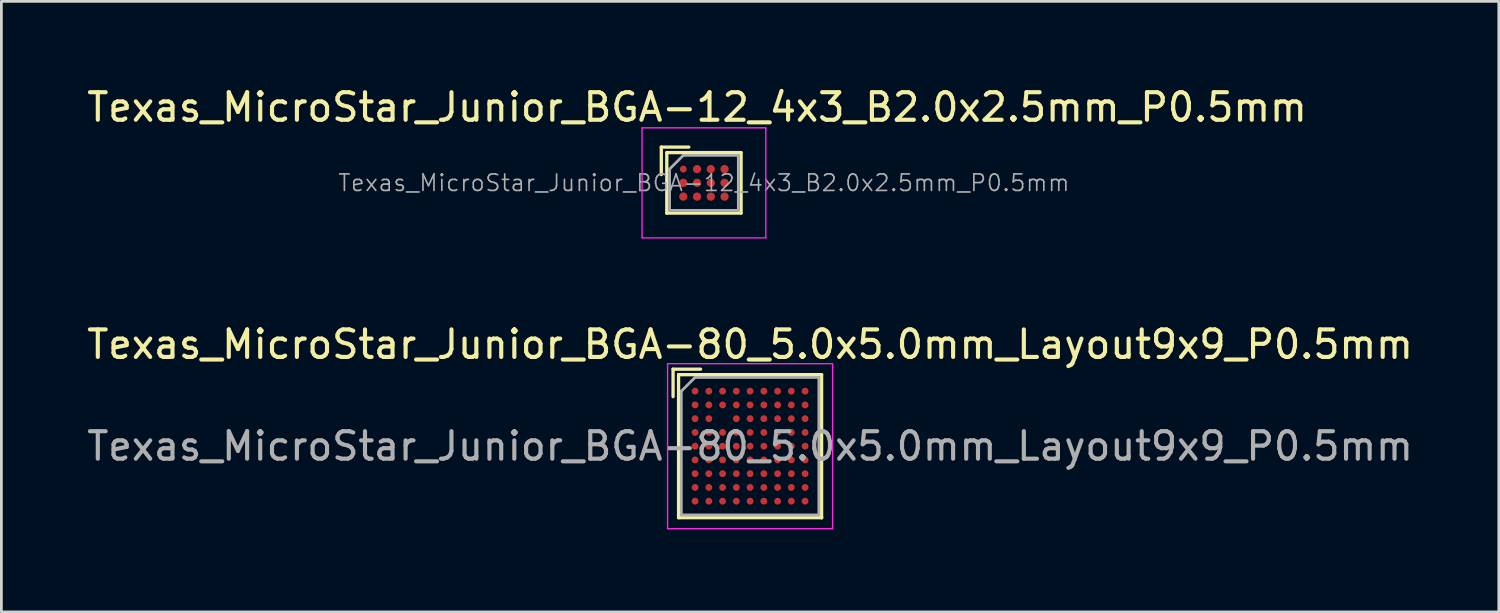
<source format=kicad_pcb>
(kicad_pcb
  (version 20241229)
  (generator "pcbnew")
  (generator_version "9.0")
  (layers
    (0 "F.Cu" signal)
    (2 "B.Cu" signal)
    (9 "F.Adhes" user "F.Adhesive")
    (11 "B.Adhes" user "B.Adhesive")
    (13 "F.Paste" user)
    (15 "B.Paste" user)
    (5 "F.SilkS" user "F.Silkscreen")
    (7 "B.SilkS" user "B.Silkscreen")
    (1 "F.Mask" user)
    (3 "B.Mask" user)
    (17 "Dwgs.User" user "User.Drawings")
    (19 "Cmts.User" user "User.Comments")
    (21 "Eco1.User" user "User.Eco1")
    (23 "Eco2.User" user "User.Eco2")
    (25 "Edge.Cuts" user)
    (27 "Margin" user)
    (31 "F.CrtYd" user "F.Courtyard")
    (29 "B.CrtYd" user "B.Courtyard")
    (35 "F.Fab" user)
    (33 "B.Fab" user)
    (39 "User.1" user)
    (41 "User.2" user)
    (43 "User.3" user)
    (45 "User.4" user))
  (footprint "Texas_MicroStar_Junior_BGA-80_5.0x5.0mm_Layout9x9_P0.5mm"
    (layer "F.Cu")
    (at 24.22 13.171)
    (property "Reference" "Texas_MicroStar_Junior_BGA-80_5.0x5.0mm_Layout9x9_P0.5mm" (at 0 -3.7 0) (layer "F.SilkS") (effects (font (size 1 1) (thickness 0.15))))
    (attr smd)
    (fp_line (start -2.8 -2.8) (end -1.8 -2.8) (stroke (width 0.12) (type solid)) (layer "F.SilkS"))
    (fp_line (start -2.8 -1.8) (end -2.8 -2.8) (stroke (width 0.12) (type solid)) (layer "F.SilkS"))
    (fp_line (start -2.6 -2.6) (end 2.6 -2.6) (stroke (width 0.12) (type solid)) (layer "F.SilkS"))
    (fp_line (start -2.6 2.6) (end -2.6 -2.6) (stroke (width 0.12) (type solid)) (layer "F.SilkS"))
    (fp_line (start 2.6 -2.6) (end 2.6 2.6) (stroke (width 0.12) (type solid)) (layer "F.SilkS"))
    (fp_line (start 2.6 2.6) (end -2.6 2.6) (stroke (width 0.12) (type solid)) (layer "F.SilkS"))
    (fp_line (start 2.6 2.6) (end 2.6 2.6) (stroke (width 0.12) (type solid)) (layer "F.SilkS"))
    (fp_line (start -3 -3) (end 3 -3) (stroke (width 0.05) (type solid)) (layer "F.CrtYd"))
    (fp_line (start -3 3) (end -3 -3) (stroke (width 0.05) (type solid)) (layer "F.CrtYd"))
    (fp_line (start 3 -3) (end 3 3) (stroke (width 0.05) (type solid)) (layer "F.CrtYd"))
    (fp_line (start 3 3) (end -3 3) (stroke (width 0.05) (type solid)) (layer "F.CrtYd"))
    (fp_line (start -2.5 2.5) (end -2.5 -2) (stroke (width 0.1) (type solid)) (layer "F.Fab"))
    (fp_line (start -2 -2.5) (end -2.5 -2) (stroke (width 0.1) (type solid)) (layer "F.Fab"))
    (fp_line (start -2 -2.5) (end 2.5 -2.5) (stroke (width 0.1) (type solid)) (layer "F.Fab"))
    (fp_line (start 2.5 -2.5) (end 2.5 2.5) (stroke (width 0.1) (type solid)) (layer "F.Fab"))
    (fp_line (start 2.5 2.5) (end -2.5 2.5) (stroke (width 0.1) (type solid)) (layer "F.Fab"))
    (fp_text user "${REFERENCE}" (at 0 0 0) (layer "F.Fab") (effects (font (size 1 1) (thickness 0.15))))
    (pad "A1" smd circle (at -2 -2) (size 0.25 0.25) (layers "F.Cu" "F.Mask" "F.Paste"))
    (pad "A2" smd circle (at -1.5 -2) (size 0.25 0.25) (layers "F.Cu" "F.Mask" "F.Paste"))
    (pad "A3" smd circle (at -1 -2) (size 0.25 0.25) (layers "F.Cu" "F.Mask" "F.Paste"))
    (pad "A4" smd circle (at -0.5 -2) (size 0.25 0.25) (layers "F.Cu" "F.Mask" "F.Paste"))
    (pad "A5" smd circle (at 0 -2) (size 0.25 0.25) (layers "F.Cu" "F.Mask" "F.Paste"))
    (pad "A6" smd circle (at 0.5 -2) (size 0.25 0.25) (layers "F.Cu" "F.Mask" "F.Paste"))
    (pad "A7" smd circle (at 1 -2) (size 0.25 0.25) (layers "F.Cu" "F.Mask" "F.Paste"))
    (pad "A8" smd circle (at 1.5 -2) (size 0.25 0.25) (layers "F.Cu" "F.Mask" "F.Paste"))
    (pad "A9" smd circle (at 2 -2) (size 0.25 0.25) (layers "F.Cu" "F.Mask" "F.Paste"))
    (pad "B1" smd circle (at -2 -1.5) (size 0.25 0.25) (layers "F.Cu" "F.Mask" "F.Paste"))
    (pad "B2" smd circle (at -1.5 -1.5) (size 0.25 0.25) (layers "F.Cu" "F.Mask" "F.Paste"))
    (pad "B3" smd circle (at -1 -1.5) (size 0.25 0.25) (layers "F.Cu" "F.Mask" "F.Paste"))
    (pad "B4" smd circle (at -0.5 -1.5) (size 0.25 0.25) (layers "F.Cu" "F.Mask" "F.Paste"))
    (pad "B5" smd circle (at 0 -1.5) (size 0.25 0.25) (layers "F.Cu" "F.Mask" "F.Paste"))
    (pad "B6" smd circle (at 0.5 -1.5) (size 0.25 0.25) (layers "F.Cu" "F.Mask" "F.Paste"))
    (pad "B7" smd circle (at 1 -1.5) (size 0.25 0.25) (layers "F.Cu" "F.Mask" "F.Paste"))
    (pad "B8" smd circle (at 1.5 -1.5) (size 0.25 0.25) (layers "F.Cu" "F.Mask" "F.Paste"))
    (pad "B9" smd circle (at 2 -1.5) (size 0.25 0.25) (layers "F.Cu" "F.Mask" "F.Paste"))
    (pad "C1" smd circle (at -2 -1) (size 0.25 0.25) (layers "F.Cu" "F.Mask" "F.Paste"))
    (pad "C2" smd circle (at -1.5 -1) (size 0.25 0.25) (layers "F.Cu" "F.Mask" "F.Paste"))
    (pad "C4" smd circle (at -0.5 -1) (size 0.25 0.25) (layers "F.Cu" "F.Mask" "F.Paste"))
    (pad "C5" smd circle (at 0 -1) (size 0.25 0.25) (layers "F.Cu" "F.Mask" "F.Paste"))
    (pad "C6" smd circle (at 0.5 -1) (size 0.25 0.25) (layers "F.Cu" "F.Mask" "F.Paste"))
    (pad "C7" smd circle (at 1 -1) (size 0.25 0.25) (layers "F.Cu" "F.Mask" "F.Paste"))
    (pad "C8" smd circle (at 1.5 -1) (size 0.25 0.25) (layers "F.Cu" "F.Mask" "F.Paste"))
    (pad "C9" smd circle (at 2 -1) (size 0.25 0.25) (layers "F.Cu" "F.Mask" "F.Paste"))
    (pad "D1" smd circle (at -2 -0.5) (size 0.25 0.25) (layers "F.Cu" "F.Mask" "F.Paste"))
    (pad "D2" smd circle (at -1.5 -0.5) (size 0.25 0.25) (layers "F.Cu" "F.Mask" "F.Paste"))
    (pad "D3" smd circle (at -1 -0.5) (size 0.25 0.25) (layers "F.Cu" "F.Mask" "F.Paste"))
    (pad "D4" smd circle (at -0.5 -0.5) (size 0.25 0.25) (layers "F.Cu" "F.Mask" "F.Paste"))
    (pad "D5" smd circle (at 0 -0.5) (size 0.25 0.25) (layers "F.Cu" "F.Mask" "F.Paste"))
    (pad "D6" smd circle (at 0.5 -0.5) (size 0.25 0.25) (layers "F.Cu" "F.Mask" "F.Paste"))
    (pad "D7" smd circle (at 1 -0.5) (size 0.25 0.25) (layers "F.Cu" "F.Mask" "F.Paste"))
    (pad "D8" smd circle (at 1.5 -0.5) (size 0.25 0.25) (layers "F.Cu" "F.Mask" "F.Paste"))
    (pad "D9" smd circle (at 2 -0.5) (size 0.25 0.25) (layers "F.Cu" "F.Mask" "F.Paste"))
    (pad "E1" smd circle (at -2 0) (size 0.25 0.25) (layers "F.Cu" "F.Mask" "F.Paste"))
    (pad "E2" smd circle (at -1.5 0) (size 0.25 0.25) (layers "F.Cu" "F.Mask" "F.Paste"))
    (pad "E3" smd circle (at -1 0) (size 0.25 0.25) (layers "F.Cu" "F.Mask" "F.Paste"))
    (pad "E4" smd circle (at -0.5 0) (size 0.25 0.25) (layers "F.Cu" "F.Mask" "F.Paste"))
    (pad "E5" smd circle (at 0 0) (size 0.25 0.25) (layers "F.Cu" "F.Mask" "F.Paste"))
    (pad "E6" smd circle (at 0.5 0) (size 0.25 0.25) (layers "F.Cu" "F.Mask" "F.Paste"))
    (pad "E7" smd circle (at 1 0) (size 0.25 0.25) (layers "F.Cu" "F.Mask" "F.Paste"))
    (pad "E8" smd circle (at 1.5 0) (size 0.25 0.25) (layers "F.Cu" "F.Mask" "F.Paste"))
    (pad "E9" smd circle (at 2 0) (size 0.25 0.25) (layers "F.Cu" "F.Mask" "F.Paste"))
    (pad "F1" smd circle (at -2 0.5) (size 0.25 0.25) (layers "F.Cu" "F.Mask" "F.Paste"))
    (pad "F2" smd circle (at -1.5 0.5) (size 0.25 0.25) (layers "F.Cu" "F.Mask" "F.Paste"))
    (pad "F3" smd circle (at -1 0.5) (size 0.25 0.25) (layers "F.Cu" "F.Mask" "F.Paste"))
    (pad "F4" smd circle (at -0.5 0.5) (size 0.25 0.25) (layers "F.Cu" "F.Mask" "F.Paste"))
    (pad "F5" smd circle (at 0 0.5) (size 0.25 0.25) (layers "F.Cu" "F.Mask" "F.Paste"))
    (pad "F6" smd circle (at 0.5 0.5) (size 0.25 0.25) (layers "F.Cu" "F.Mask" "F.Paste"))
    (pad "F7" smd circle (at 1 0.5) (size 0.25 0.25) (layers "F.Cu" "F.Mask" "F.Paste"))
    (pad "F8" smd circle (at 1.5 0.5) (size 0.25 0.25) (layers "F.Cu" "F.Mask" "F.Paste"))
    (pad "F9" smd circle (at 2 0.5) (size 0.25 0.25) (layers "F.Cu" "F.Mask" "F.Paste"))
    (pad "G1" smd circle (at -2 1) (size 0.25 0.25) (layers "F.Cu" "F.Mask" "F.Paste"))
    (pad "G2" smd circle (at -1.5 1) (size 0.25 0.25) (layers "F.Cu" "F.Mask" "F.Paste"))
    (pad "G3" smd circle (at -1 1) (size 0.25 0.25) (layers "F.Cu" "F.Mask" "F.Paste"))
    (pad "G4" smd circle (at -0.5 1) (size 0.25 0.25) (layers "F.Cu" "F.Mask" "F.Paste"))
    (pad "G5" smd circle (at 0 1) (size 0.25 0.25) (layers "F.Cu" "F.Mask" "F.Paste"))
    (pad "G6" smd circle (at 0.5 1) (size 0.25 0.25) (layers "F.Cu" "F.Mask" "F.Paste"))
    (pad "G7" smd circle (at 1 1) (size 0.25 0.25) (layers "F.Cu" "F.Mask" "F.Paste"))
    (pad "G8" smd circle (at 1.5 1) (size 0.25 0.25) (layers "F.Cu" "F.Mask" "F.Paste"))
    (pad "G9" smd circle (at 2 1) (size 0.25 0.25) (layers "F.Cu" "F.Mask" "F.Paste"))
    (pad "H1" smd circle (at -2 1.5) (size 0.25 0.25) (layers "F.Cu" "F.Mask" "F.Paste"))
    (pad "H2" smd circle (at -1.5 1.5) (size 0.25 0.25) (layers "F.Cu" "F.Mask" "F.Paste"))
    (pad "H3" smd circle (at -1 1.5) (size 0.25 0.25) (layers "F.Cu" "F.Mask" "F.Paste"))
    (pad "H4" smd circle (at -0.5 1.5) (size 0.25 0.25) (layers "F.Cu" "F.Mask" "F.Paste"))
    (pad "H5" smd circle (at 0 1.5) (size 0.25 0.25) (layers "F.Cu" "F.Mask" "F.Paste"))
    (pad "H6" smd circle (at 0.5 1.5) (size 0.25 0.25) (layers "F.Cu" "F.Mask" "F.Paste"))
    (pad "H7" smd circle (at 1 1.5) (size 0.25 0.25) (layers "F.Cu" "F.Mask" "F.Paste"))
    (pad "H8" smd circle (at 1.5 1.5) (size 0.25 0.25) (layers "F.Cu" "F.Mask" "F.Paste"))
    (pad "H9" smd circle (at 2 1.5) (size 0.25 0.25) (layers "F.Cu" "F.Mask" "F.Paste"))
    (pad "J1" smd circle (at -2 2) (size 0.25 0.25) (layers "F.Cu" "F.Mask" "F.Paste"))
    (pad "J2" smd circle (at -1.5 2) (size 0.25 0.25) (layers "F.Cu" "F.Mask" "F.Paste"))
    (pad "J3" smd circle (at -1 2) (size 0.25 0.25) (layers "F.Cu" "F.Mask" "F.Paste"))
    (pad "J4" smd circle (at -0.5 2) (size 0.25 0.25) (layers "F.Cu" "F.Mask" "F.Paste"))
    (pad "J5" smd circle (at 0 2) (size 0.25 0.25) (layers "F.Cu" "F.Mask" "F.Paste"))
    (pad "J6" smd circle (at 0.5 2) (size 0.25 0.25) (layers "F.Cu" "F.Mask" "F.Paste"))
    (pad "J7" smd circle (at 1 2) (size 0.25 0.25) (layers "F.Cu" "F.Mask" "F.Paste"))
    (pad "J8" smd circle (at 1.5 2) (size 0.25 0.25) (layers "F.Cu" "F.Mask" "F.Paste"))
    (pad "J9" smd circle (at 2 2) (size 0.25 0.25) (layers "F.Cu" "F.Mask" "F.Paste")))
  (footprint "Texas_MicroStar_Junior_BGA-12_4x3_B2.0x2.5mm_P0.5mm"
    (layer "F.Cu")
    (at 22.542 3.598)
    (property "Reference" "Texas_MicroStar_Junior_BGA-12_4x3_B2.0x2.5mm_P0.5mm" (at -0.25 -2.75 0) (layer "F.SilkS") (effects (font (size 1 1) (thickness 0.15))))
    (attr smd)
    (fp_line (start -1.55 -1.3) (end -1.55 -0.3) (stroke (width 0.12) (type solid)) (layer "F.SilkS"))
    (fp_line (start -1.55 -1.3) (end -0.55 -1.3) (stroke (width 0.12) (type solid)) (layer "F.SilkS"))
    (fp_line (start -1.35 -1.1) (end 1.35 -1.1) (stroke (width 0.12) (type solid)) (layer "F.SilkS"))
    (fp_line (start -1.35 1.1) (end -1.35 -1.1) (stroke (width 0.12) (type solid)) (layer "F.SilkS"))
    (fp_line (start -1.35 1.1) (end 1.35 1.1) (stroke (width 0.12) (type solid)) (layer "F.SilkS"))
    (fp_line (start 1.35 -1.1) (end 1.35 1.1) (stroke (width 0.12) (type solid)) (layer "F.SilkS"))
    (fp_line (start -2.25 -2) (end 2.25 -2) (stroke (width 0.05) (type solid)) (layer "F.CrtYd"))
    (fp_line (start -2.25 2) (end -2.25 -2) (stroke (width 0.05) (type solid)) (layer "F.CrtYd"))
    (fp_line (start 2.25 -2) (end 2.25 2) (stroke (width 0.05) (type solid)) (layer "F.CrtYd"))
    (fp_line (start 2.25 2) (end -2.25 2) (stroke (width 0.05) (type solid)) (layer "F.CrtYd"))
    (fp_line (start -1.25 1) (end -1.25 -0.5) (stroke (width 0.1) (type solid)) (layer "F.Fab"))
    (fp_line (start -0.75 -1) (end -1.25 -0.5) (stroke (width 0.1) (type solid)) (layer "F.Fab"))
    (fp_line (start -0.75 -1) (end 1.25 -1) (stroke (width 0.1) (type solid)) (layer "F.Fab"))
    (fp_line (start 1.25 -1) (end 1.25 1) (stroke (width 0.1) (type solid)) (layer "F.Fab"))
    (fp_line (start 1.25 1) (end -1.25 1) (stroke (width 0.1) (type solid)) (layer "F.Fab"))
    (fp_text user "${REFERENCE}" (at 0 0 0) (layer "F.Fab") (effects (font (size 0.6 0.6) (thickness 0.06))))
    (pad "A1" smd circle (at -0.75 -0.5) (size 0.25 0.25) (layers "F.Cu" "F.Mask" "F.Paste"))
    (pad "A2" smd circle (at -0.25 -0.5) (size 0.3 0.3) (layers "F.Cu" "F.Mask" "F.Paste"))
    (pad "A3" smd circle (at 0.25 -0.5) (size 0.3 0.3) (layers "F.Cu" "F.Mask" "F.Paste"))
    (pad "A4" smd circle (at 0.75 -0.5) (size 0.3 0.3) (layers "F.Cu" "F.Mask" "F.Paste"))
    (pad "B1" smd circle (at -0.75 0) (size 0.3 0.3) (layers "F.Cu" "F.Mask" "F.Paste"))
    (pad "B2" smd circle (at -0.25 0) (size 0.3 0.3) (layers "F.Cu" "F.Mask" "F.Paste"))
    (pad "B3" smd circle (at 0.25 0) (size 0.3 0.3) (layers "F.Cu" "F.Mask" "F.Paste"))
    (pad "B4" smd circle (at 0.75 0) (size 0.3 0.3) (layers "F.Cu" "F.Mask" "F.Paste"))
    (pad "C1" smd circle (at -0.75 0.5) (size 0.3 0.3) (layers "F.Cu" "F.Mask" "F.Paste"))
    (pad "C2" smd circle (at -0.25 0.5) (size 0.3 0.3) (layers "F.Cu" "F.Mask" "F.Paste"))
    (pad "C3" smd circle (at 0.25 0.5) (size 0.3 0.3) (layers "F.Cu" "F.Mask" "F.Paste"))
    (pad "C4" smd circle (at 0.75 0.5) (size 0.3 0.3) (layers "F.Cu" "F.Mask" "F.Paste")))
  (gr_rect
    (start -3 -3)
    (end 51.44 19.197)
    (stroke (width 0.1) (type default))
    (fill no)
    (layer "Edge.Cuts")))
</source>
